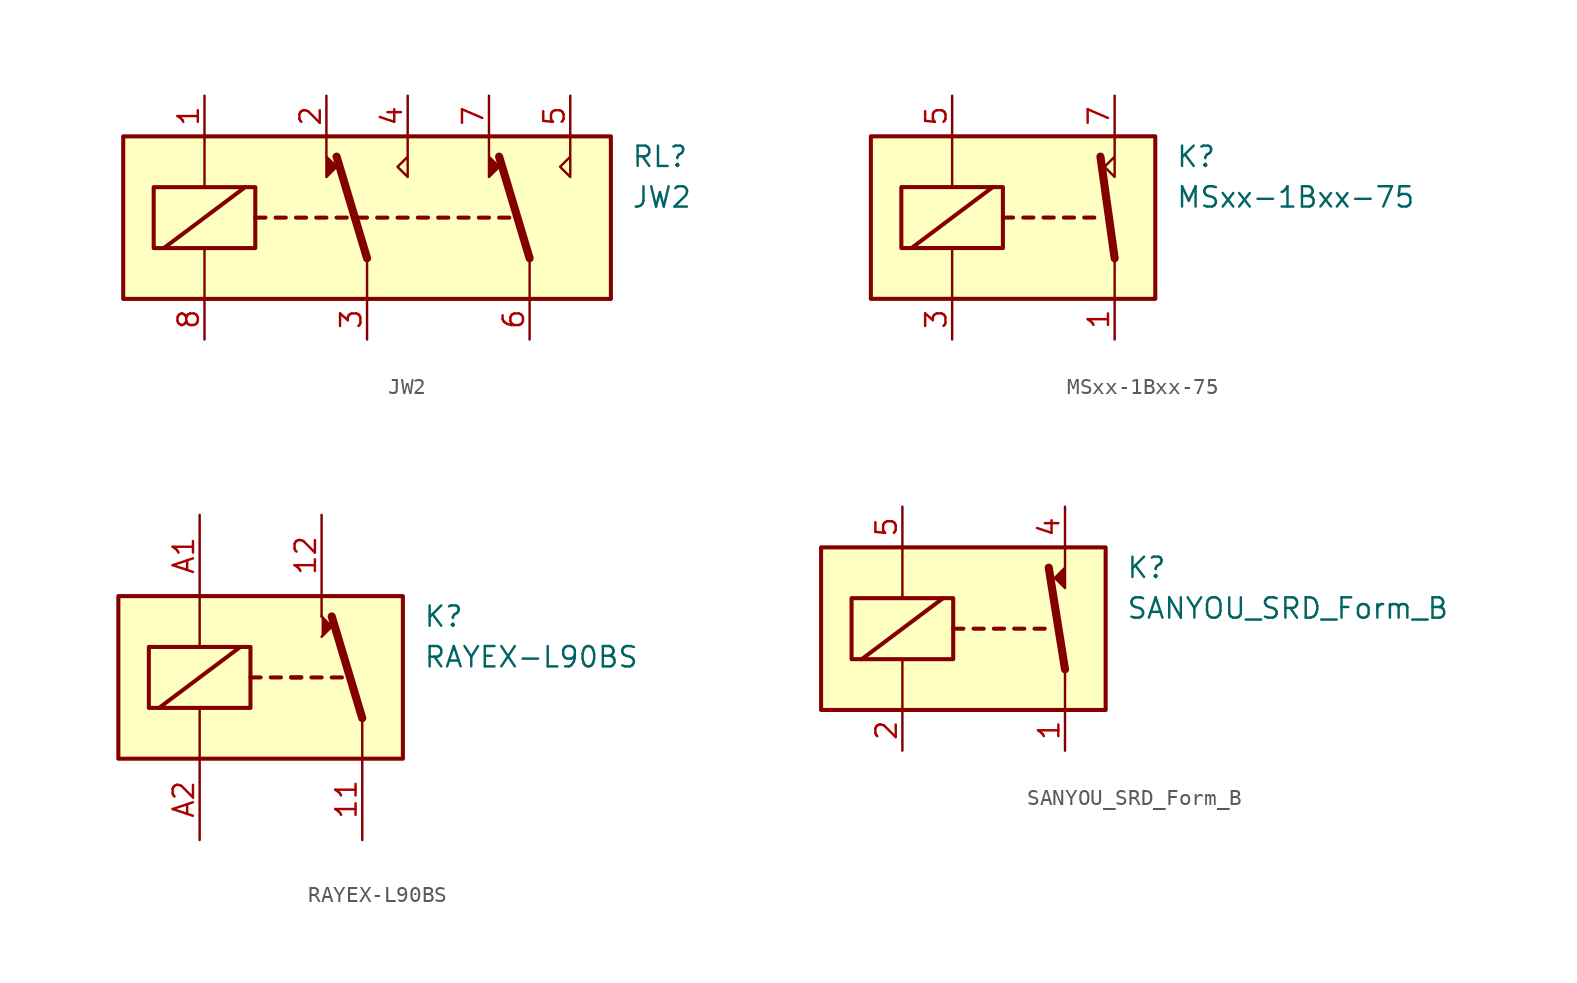
<source format=kicad_sym>
(kicad_symbol_lib
  (version 20211014)
  (generator kicad_symbol_editor)
  (symbol "JW2"
    (property "Reference" "RL"
      (at 16.51 3.81 0)
      (effects (font (size 1.27 1.27)) (justify left)))
    (property "Value" "JW2"
      (at 16.51 1.27 0)
      (effects (font (size 1.27 1.27)) (justify left)))
    (symbol "JW2_0_1"
      (rectangle (start -15.24 5.08) (end 15.24 -5.08) (stroke (width 0.254) (type default) (color 0 0 0 0)) (fill (type background)))
      (rectangle (start -13.335 1.905) (end -6.985 -1.905) (stroke (width 0.254) (type default) (color 0 0 0 0)) (fill (type none)))
      (polyline (pts (xy -12.7 -1.905) (xy -7.62 1.905)) (stroke (width 0.254) (type default) (color 0 0 0 0)) (fill (type none)))
      (polyline (pts (xy -10.16 -5.08) (xy -10.16 -1.905)) (stroke (width 0) (type default) (color 0 0 0 0)) (fill (type none)))
      (polyline (pts (xy -10.16 5.08) (xy -10.16 1.905)) (stroke (width 0) (type default) (color 0 0 0 0)) (fill (type none)))
      (polyline (pts (xy -6.985 0) (xy -6.35 0)) (stroke (width 0.254) (type default) (color 0 0 0 0)) (fill (type none)))
      (polyline (pts (xy -5.715 0) (xy -5.08 0)) (stroke (width 0.254) (type default) (color 0 0 0 0)) (fill (type none)))
      (polyline (pts (xy -4.445 0) (xy -3.81 0)) (stroke (width 0.254) (type default) (color 0 0 0 0)) (fill (type none)))
      (polyline (pts (xy -3.175 0) (xy -2.54 0)) (stroke (width 0.254) (type default) (color 0 0 0 0)) (fill (type none)))
      (polyline (pts (xy -1.905 0) (xy -1.27 0)) (stroke (width 0.254) (type default) (color 0 0 0 0)) (fill (type none)))
      (polyline (pts (xy -0.635 0) (xy 0 0)) (stroke (width 0.254) (type default) (color 0 0 0 0)) (fill (type none)))
      (polyline (pts (xy 0 -2.54) (xy -1.905 3.81)) (stroke (width 0.508) (type default) (color 0 0 0 0)) (fill (type none)))
      (polyline (pts (xy 0 -2.54) (xy 0 -5.08)) (stroke (width 0) (type default) (color 0 0 0 0)) (fill (type none)))
      (polyline (pts (xy 0.635 0) (xy 1.27 0)) (stroke (width 0.254) (type default) (color 0 0 0 0)) (fill (type none)))
      (polyline (pts (xy 1.905 0) (xy 2.54 0)) (stroke (width 0.254) (type default) (color 0 0 0 0)) (fill (type none)))
      (polyline (pts (xy 3.175 0) (xy 3.81 0)) (stroke (width 0.254) (type default) (color 0 0 0 0)) (fill (type none)))
      (polyline (pts (xy 4.445 0) (xy 5.08 0)) (stroke (width 0.254) (type default) (color 0 0 0 0)) (fill (type none)))
      (polyline (pts (xy 5.715 0) (xy 6.35 0)) (stroke (width 0.254) (type default) (color 0 0 0 0)) (fill (type none)))
      (polyline (pts (xy 6.985 0) (xy 7.62 0)) (stroke (width 0.254) (type default) (color 0 0 0 0)) (fill (type none)))
      (polyline (pts (xy 8.255 0) (xy 8.89 0)) (stroke (width 0.254) (type default) (color 0 0 0 0)) (fill (type none)))
      (polyline (pts (xy 10.16 -2.54) (xy 8.255 3.81)) (stroke (width 0.508) (type default) (color 0 0 0 0)) (fill (type none)))
      (polyline (pts (xy 10.16 -2.54) (xy 10.16 -5.08)) (stroke (width 0) (type default) (color 0 0 0 0)) (fill (type none)))
      (polyline (pts (xy -2.54 5.08) (xy -2.54 2.54) (xy -1.905 3.175) (xy -2.54 3.81)) (stroke (width 0) (type default) (color 0 0 0 0)) (fill (type outline)))
      (polyline (pts (xy 2.54 5.08) (xy 2.54 2.54) (xy 1.905 3.175) (xy 2.54 3.81)) (stroke (width 0) (type default) (color 0 0 0 0)) (fill (type none)))
      (polyline (pts (xy 7.62 5.08) (xy 7.62 2.54) (xy 8.255 3.175) (xy 7.62 3.81)) (stroke (width 0) (type default) (color 0 0 0 0)) (fill (type outline)))
      (polyline (pts (xy 12.7 5.08) (xy 12.7 2.54) (xy 12.065 3.175) (xy 12.7 3.81)) (stroke (width 0) (type default) (color 0 0 0 0)) (fill (type none))))
    (symbol "JW2_1_1"
      (pin passive line (at -10.16 7.62 270) (length 2.54) (name "~" (effects (font (size 1.27 1.27)))) (number "1" (effects (font (size 1.27 1.27)))))
      (pin passive line (at -2.54 7.62 270) (length 2.54) (name "~" (effects (font (size 1.27 1.27)))) (number "2" (effects (font (size 1.27 1.27)))))
      (pin passive line (at 0 -7.62 90) (length 2.54) (name "~" (effects (font (size 1.27 1.27)))) (number "3" (effects (font (size 1.27 1.27)))))
      (pin passive line (at 2.54 7.62 270) (length 2.54) (name "~" (effects (font (size 1.27 1.27)))) (number "4" (effects (font (size 1.27 1.27)))))
      (pin passive line (at 12.7 7.62 270) (length 2.54) (name "~" (effects (font (size 1.27 1.27)))) (number "5" (effects (font (size 1.27 1.27)))))
      (pin passive line (at 10.16 -7.62 90) (length 2.54) (name "~" (effects (font (size 1.27 1.27)))) (number "6" (effects (font (size 1.27 1.27)))))
      (pin passive line (at 7.62 7.62 270) (length 2.54) (name "~" (effects (font (size 1.27 1.27)))) (number "7" (effects (font (size 1.27 1.27)))))
      (pin passive line (at -10.16 -7.62 90) (length 2.54) (name "~" (effects (font (size 1.27 1.27)))) (number "8" (effects (font (size 1.27 1.27)))))))
  (symbol "MSxx-1Bxx-75"
    (property "Reference" "K"
      (at 8.89 3.81 0)
      (effects (font (size 1.27 1.27)) (justify left)))
    (property "Value" "MSxx-1Bxx-75"
      (at 8.89 1.27 0)
      (effects (font (size 1.27 1.27)) (justify left)))
    (symbol "MSxx-1Bxx-75_0_0"
      (polyline (pts (xy 5.08 5.08) (xy 5.08 2.54) (xy 4.445 3.175) (xy 5.08 3.81)) (stroke (width 0) (type default) (color 0 0 0 0)) (fill (type none))))
    (symbol "MSxx-1Bxx-75_0_1"
      (rectangle (start -10.16 5.08) (end 7.62 -5.08) (stroke (width 0.254) (type default) (color 0 0 0 0)) (fill (type background)))
      (rectangle (start -8.255 1.905) (end -1.905 -1.905) (stroke (width 0.254) (type default) (color 0 0 0 0)) (fill (type none)))
      (polyline (pts (xy -7.62 -1.905) (xy -2.54 1.905)) (stroke (width 0.254) (type default) (color 0 0 0 0)) (fill (type none)))
      (polyline (pts (xy -5.08 -5.08) (xy -5.08 -1.905)) (stroke (width 0) (type default) (color 0 0 0 0)) (fill (type none)))
      (polyline (pts (xy -5.08 5.08) (xy -5.08 1.905)) (stroke (width 0) (type default) (color 0 0 0 0)) (fill (type none)))
      (polyline (pts (xy -1.905 0) (xy -1.27 0)) (stroke (width 0.254) (type default) (color 0 0 0 0)) (fill (type none)))
      (polyline (pts (xy -0.635 0) (xy 0 0)) (stroke (width 0.254) (type default) (color 0 0 0 0)) (fill (type none)))
      (polyline (pts (xy 0.635 0) (xy 1.27 0)) (stroke (width 0.254) (type default) (color 0 0 0 0)) (fill (type none)))
      (polyline (pts (xy 1.905 0) (xy 2.54 0)) (stroke (width 0.254) (type default) (color 0 0 0 0)) (fill (type none)))
      (polyline (pts (xy 3.175 0) (xy 3.81 0)) (stroke (width 0.254) (type default) (color 0 0 0 0)) (fill (type none)))
      (polyline (pts (xy 5.08 -2.54) (xy 4.191 3.81)) (stroke (width 0.508) (type default) (color 0 0 0 0)) (fill (type none)))
      (polyline (pts (xy 5.08 -2.54) (xy 5.08 -5.08)) (stroke (width 0) (type default) (color 0 0 0 0)) (fill (type none))))
    (symbol "MSxx-1Bxx-75_1_1"
      (pin passive line (at 5.08 -7.62 90) (length 2.54) (name "~" (effects (font (size 1.27 1.27)))) (number "1" (effects (font (size 1.27 1.27)))))
      (pin passive line (at -5.08 -7.62 90) (length 2.54) (name "~" (effects (font (size 1.27 1.27)))) (number "3" (effects (font (size 1.27 1.27)))))
      (pin passive line (at -5.08 7.62 270) (length 2.54) (name "~" (effects (font (size 1.27 1.27)))) (number "5" (effects (font (size 1.27 1.27)))))
      (pin passive line (at 5.08 7.62 270) (length 2.54) (name "~" (effects (font (size 1.27 1.27)))) (number "7" (effects (font (size 1.27 1.27)))))))
  (symbol "RAYEX-L90BS"
    (property "Reference" "K"
      (at 8.89 3.81 0)
      (effects (font (size 1.27 1.27)) (justify left)))
    (property "Value" "RAYEX-L90BS"
      (at 8.89 1.27 0)
      (effects (font (size 1.27 1.27)) (justify left)))
    (symbol "RAYEX-L90BS_1_0"
      (polyline (pts (xy 2.54 3.81) (xy 2.54 5.08)) (stroke (width 0) (type default) (color 0 0 0 0)) (fill (type none))))
    (symbol "RAYEX-L90BS_1_1"
      (rectangle (start -10.16 5.08) (end 7.62 -5.08) (stroke (width 0.254) (type default) (color 0 0 0 0)) (fill (type background)))
      (rectangle (start -8.255 1.905) (end -1.905 -1.905) (stroke (width 0.254) (type default) (color 0 0 0 0)) (fill (type none)))
      (polyline (pts (xy -7.62 -1.905) (xy -2.54 1.905)) (stroke (width 0.254) (type default) (color 0 0 0 0)) (fill (type none)))
      (polyline (pts (xy -5.08 -5.08) (xy -5.08 -1.905)) (stroke (width 0) (type default) (color 0 0 0 0)) (fill (type none)))
      (polyline (pts (xy -5.08 5.08) (xy -5.08 1.905)) (stroke (width 0) (type default) (color 0 0 0 0)) (fill (type none)))
      (polyline (pts (xy -1.905 0) (xy -1.27 0)) (stroke (width 0.254) (type default) (color 0 0 0 0)) (fill (type none)))
      (polyline (pts (xy -0.635 0) (xy 0 0)) (stroke (width 0.254) (type default) (color 0 0 0 0)) (fill (type none)))
      (polyline (pts (xy 0.635 0) (xy 1.27 0)) (stroke (width 0.254) (type default) (color 0 0 0 0)) (fill (type none)))
      (polyline (pts (xy 0.635 0) (xy 1.27 0)) (stroke (width 0.254) (type default) (color 0 0 0 0)) (fill (type none)))
      (polyline (pts (xy 1.905 0) (xy 2.54 0)) (stroke (width 0.254) (type default) (color 0 0 0 0)) (fill (type none)))
      (polyline (pts (xy 3.175 0) (xy 3.81 0)) (stroke (width 0.254) (type default) (color 0 0 0 0)) (fill (type none)))
      (polyline (pts (xy 5.08 -2.54) (xy 3.175 3.81)) (stroke (width 0.508) (type default) (color 0 0 0 0)) (fill (type none)))
      (polyline (pts (xy 5.08 -2.54) (xy 5.08 -5.08)) (stroke (width 0) (type default) (color 0 0 0 0)) (fill (type none)))
      (polyline (pts (xy 2.54 2.54) (xy 3.175 3.175) (xy 2.54 3.81)) (stroke (width 0) (type default) (color 0 0 0 0)) (fill (type outline)))
      (pin passive line (at 5.08 -10.16 90) (length 5.08) (name "~" (effects (font (size 1.27 1.27)))) (number "11" (effects (font (size 1.27 1.27)))))
      (pin passive line (at 2.54 10.16 270) (length 5.08) (name "~" (effects (font (size 1.27 1.27)))) (number "12" (effects (font (size 1.27 1.27)))))
      (pin passive line (at -5.08 10.16 270) (length 5.08) (name "~" (effects (font (size 1.27 1.27)))) (number "A1" (effects (font (size 1.27 1.27)))))
      (pin passive line (at -5.08 -10.16 90) (length 5.08) (name "~" (effects (font (size 1.27 1.27)))) (number "A2" (effects (font (size 1.27 1.27)))))))
  (symbol "SANYOU_SRD_Form_B"
    (property "Reference" "K"
      (at 8.89 3.81 0)
      (effects (font (size 1.27 1.27)) (justify left)))
    (property "Value" "SANYOU_SRD_Form_B"
      (at 8.89 1.27 0)
      (effects (font (size 1.27 1.27)) (justify left)))
    (symbol "SANYOU_SRD_Form_B_0_1"
      (rectangle (start -10.16 5.08) (end 7.62 -5.08) (stroke (width 0.254) (type default) (color 0 0 0 0)) (fill (type background)))
      (rectangle (start -8.255 1.905) (end -1.905 -1.905) (stroke (width 0.254) (type default) (color 0 0 0 0)) (fill (type none)))
      (polyline (pts (xy -7.62 -1.905) (xy -2.54 1.905)) (stroke (width 0.254) (type default) (color 0 0 0 0)) (fill (type none)))
      (polyline (pts (xy -5.08 -5.08) (xy -5.08 -1.905)) (stroke (width 0) (type default) (color 0 0 0 0)) (fill (type none)))
      (polyline (pts (xy -5.08 5.08) (xy -5.08 1.905)) (stroke (width 0) (type default) (color 0 0 0 0)) (fill (type none)))
      (polyline (pts (xy -1.905 0) (xy -1.27 0)) (stroke (width 0.254) (type default) (color 0 0 0 0)) (fill (type none)))
      (polyline (pts (xy -0.635 0) (xy 0 0)) (stroke (width 0.254) (type default) (color 0 0 0 0)) (fill (type none)))
      (polyline (pts (xy 0.635 0) (xy 1.27 0)) (stroke (width 0.254) (type default) (color 0 0 0 0)) (fill (type none)))
      (polyline (pts (xy 1.905 0) (xy 2.54 0)) (stroke (width 0.254) (type default) (color 0 0 0 0)) (fill (type none)))
      (polyline (pts (xy 3.175 0) (xy 3.81 0)) (stroke (width 0.254) (type default) (color 0 0 0 0)) (fill (type none)))
      (polyline (pts (xy 5.08 -2.54) (xy 4.064 3.81)) (stroke (width 0.508) (type default) (color 0 0 0 0)) (fill (type none)))
      (polyline (pts (xy 5.08 -2.54) (xy 5.08 -5.08)) (stroke (width 0) (type default) (color 0 0 0 0)) (fill (type none)))
      (polyline (pts (xy 5.08 3.81) (xy 4.445 3.175) (xy 5.08 2.54) (xy 5.08 5.08)) (stroke (width 0) (type default) (color 0 0 0 0)) (fill (type outline))))
    (symbol "SANYOU_SRD_Form_B_1_1"
      (pin passive line (at 5.08 -7.62 90) (length 2.54) (name "~" (effects (font (size 1.27 1.27)))) (number "1" (effects (font (size 1.27 1.27)))))
      (pin passive line (at -5.08 -7.62 90) (length 2.54) (name "~" (effects (font (size 1.27 1.27)))) (number "2" (effects (font (size 1.27 1.27)))))
      (pin passive line (at 5.08 7.62 270) (length 2.54) (name "~" (effects (font (size 1.27 1.27)))) (number "4" (effects (font (size 1.27 1.27)))))
      (pin passive line (at -5.08 7.62 270) (length 2.54) (name "~" (effects (font (size 1.27 1.27)))) (number "5" (effects (font (size 1.27 1.27))))))))
</source>
